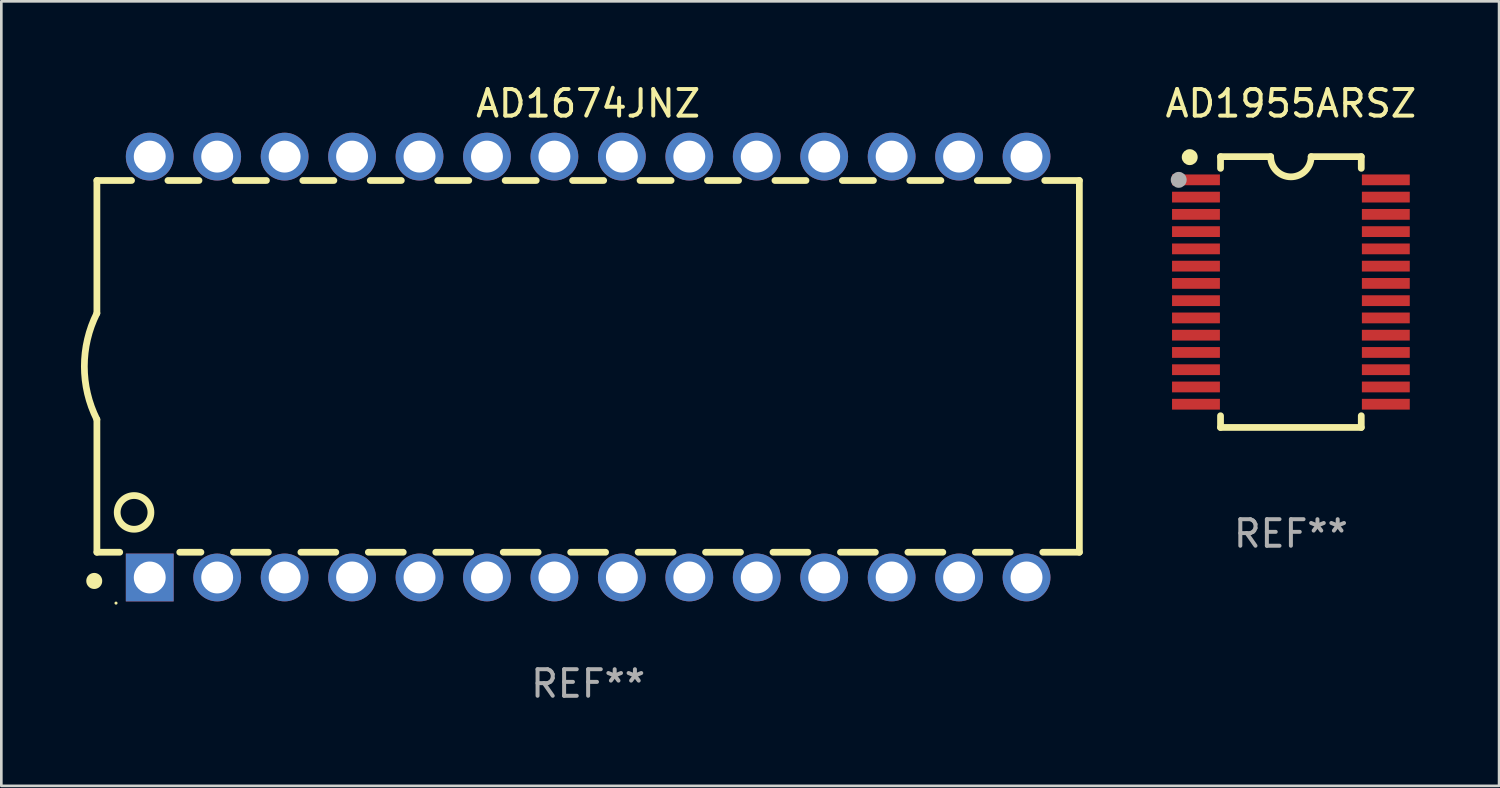
<source format=kicad_pcb>
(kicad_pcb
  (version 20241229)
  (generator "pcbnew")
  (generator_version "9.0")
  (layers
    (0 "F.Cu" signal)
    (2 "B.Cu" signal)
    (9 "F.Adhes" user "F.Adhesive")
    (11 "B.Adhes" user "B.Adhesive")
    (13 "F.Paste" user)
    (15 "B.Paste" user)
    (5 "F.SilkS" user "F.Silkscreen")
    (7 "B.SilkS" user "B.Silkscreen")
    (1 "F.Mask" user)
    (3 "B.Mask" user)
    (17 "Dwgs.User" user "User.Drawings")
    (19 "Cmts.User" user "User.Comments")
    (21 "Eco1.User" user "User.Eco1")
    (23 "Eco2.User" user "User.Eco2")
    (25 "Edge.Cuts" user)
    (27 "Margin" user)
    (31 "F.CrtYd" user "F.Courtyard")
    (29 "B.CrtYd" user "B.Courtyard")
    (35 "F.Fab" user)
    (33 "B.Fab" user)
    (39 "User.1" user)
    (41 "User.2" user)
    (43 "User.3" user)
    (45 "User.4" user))
  (footprint "AD1674JNZ"
    (layer "F.Cu")
    (at 19.099 10.773)
    (property "Reference" "AD1674JNZ" (at 0 -9.925 0) (layer "F.SilkS") (effects (font (size 1 1) (thickness 0.15))))
    (attr through_hole)
    (fp_line (start -18.5 -7.026) (end -18.5 -2.026) (stroke (width 0.254) (type solid)) (layer "F.SilkS"))
    (fp_line (start -18.5 1.974) (end -18.5 6.974) (stroke (width 0.254) (type solid)) (layer "F.SilkS"))
    (fp_line (start -17.64 6.974) (end -18.5 6.974) (stroke (width 0.254) (type solid)) (layer "F.SilkS"))
    (fp_line (start -17.195 -7.026) (end -18.5 -7.026) (stroke (width 0.254) (type solid)) (layer "F.SilkS"))
    (fp_line (start -14.655 -7.026) (end -15.825 -7.026) (stroke (width 0.254) (type solid)) (layer "F.SilkS"))
    (fp_line (start -14.582 6.974) (end -15.38 6.974) (stroke (width 0.254) (type solid)) (layer "F.SilkS"))
    (fp_line (start -12.115 -7.026) (end -13.285 -7.026) (stroke (width 0.254) (type solid)) (layer "F.SilkS"))
    (fp_line (start -12.042 6.974) (end -13.358 6.974) (stroke (width 0.254) (type solid)) (layer "F.SilkS"))
    (fp_line (start -9.575 -7.026) (end -10.745 -7.026) (stroke (width 0.254) (type solid)) (layer "F.SilkS"))
    (fp_line (start -9.502 6.974) (end -10.818 6.974) (stroke (width 0.254) (type solid)) (layer "F.SilkS"))
    (fp_line (start -7.035 -7.026) (end -8.205 -7.026) (stroke (width 0.254) (type solid)) (layer "F.SilkS"))
    (fp_line (start -6.962 6.974) (end -8.278 6.974) (stroke (width 0.254) (type solid)) (layer "F.SilkS"))
    (fp_line (start -4.495 -7.026) (end -5.665 -7.026) (stroke (width 0.254) (type solid)) (layer "F.SilkS"))
    (fp_line (start -4.422 6.974) (end -5.738 6.974) (stroke (width 0.254) (type solid)) (layer "F.SilkS"))
    (fp_line (start -1.955 -7.026) (end -3.125 -7.026) (stroke (width 0.254) (type solid)) (layer "F.SilkS"))
    (fp_line (start -1.882 6.974) (end -3.198 6.974) (stroke (width 0.254) (type solid)) (layer "F.SilkS"))
    (fp_line (start 0.585 -7.026) (end -0.585 -7.026) (stroke (width 0.254) (type solid)) (layer "F.SilkS"))
    (fp_line (start 0.658 6.974) (end -0.658 6.974) (stroke (width 0.254) (type solid)) (layer "F.SilkS"))
    (fp_line (start 3.125 -7.026) (end 1.955 -7.026) (stroke (width 0.254) (type solid)) (layer "F.SilkS"))
    (fp_line (start 3.198 6.974) (end 1.882 6.974) (stroke (width 0.254) (type solid)) (layer "F.SilkS"))
    (fp_line (start 5.665 -7.026) (end 4.495 -7.026) (stroke (width 0.254) (type solid)) (layer "F.SilkS"))
    (fp_line (start 5.738 6.974) (end 4.422 6.974) (stroke (width 0.254) (type solid)) (layer "F.SilkS"))
    (fp_line (start 8.205 -7.026) (end 7.035 -7.026) (stroke (width 0.254) (type solid)) (layer "F.SilkS"))
    (fp_line (start 8.278 6.974) (end 6.962 6.974) (stroke (width 0.254) (type solid)) (layer "F.SilkS"))
    (fp_line (start 10.745 -7.026) (end 9.575 -7.026) (stroke (width 0.254) (type solid)) (layer "F.SilkS"))
    (fp_line (start 10.818 6.974) (end 9.502 6.974) (stroke (width 0.254) (type solid)) (layer "F.SilkS"))
    (fp_line (start 13.285 -7.026) (end 12.115 -7.026) (stroke (width 0.254) (type solid)) (layer "F.SilkS"))
    (fp_line (start 13.358 6.974) (end 12.042 6.974) (stroke (width 0.254) (type solid)) (layer "F.SilkS"))
    (fp_line (start 15.825 -7.026) (end 14.655 -7.026) (stroke (width 0.254) (type solid)) (layer "F.SilkS"))
    (fp_line (start 15.898 6.974) (end 14.582 6.974) (stroke (width 0.254) (type solid)) (layer "F.SilkS"))
    (fp_line (start 18.5 -7.026) (end 17.195 -7.026) (stroke (width 0.254) (type solid)) (layer "F.SilkS"))
    (fp_line (start 18.5 6.974) (end 17.122 6.974) (stroke (width 0.254) (type solid)) (layer "F.SilkS"))
    (fp_line (start 18.5 6.974) (end 18.5 -7.026) (stroke (width 0.254) (type solid)) (layer "F.SilkS"))
    (fp_arc (start -18.599924 8.057734) (mid -18.599935 8.055207) (end -18.599924 8.052679) (stroke (width 0.6) (type solid)) (layer "F.SilkS"))
    (fp_arc (start -18.500051 1.974346) (mid -18.972187 -0.025654) (end -18.500051 -2.025654) (stroke (width 0.254001) (type solid)) (layer "F.SilkS"))
    (fp_circle (center -17.78 8.89) (end -17.75 8.89) (stroke (width 0.06) (type solid)) (fill no) (layer "F.SilkS"))
    (fp_circle (center -17.1 5.474) (end -16.465 5.474) (stroke (width 0.254) (type solid)) (fill no) (layer "F.SilkS"))
    (fp_text user "REF**" (at 0 11.925 0) (layer "F.Fab") (effects (font (size 1 1) (thickness 0.15))))
    (pad "1" thru_hole rect (at -16.51 7.925) (size 1.8 1.8) (drill 1.2) (layers "*.Cu" "*.Mask"))
    (pad "2" thru_hole circle (at -13.97 7.925) (size 1.8 1.8) (drill 1.2) (layers "*.Cu" "*.Mask"))
    (pad "3" thru_hole circle (at -11.43 7.924) (size 1.8 1.8) (drill 1.2) (layers "*.Cu" "*.Mask"))
    (pad "4" thru_hole circle (at -8.89 7.924) (size 1.8 1.8) (drill 1.2) (layers "*.Cu" "*.Mask"))
    (pad "5" thru_hole circle (at -6.35 7.924) (size 1.8 1.8) (drill 1.2) (layers "*.Cu" "*.Mask"))
    (pad "6" thru_hole circle (at -3.81 7.924) (size 1.8 1.8) (drill 1.2) (layers "*.Cu" "*.Mask"))
    (pad "7" thru_hole circle (at -1.27 7.924) (size 1.8 1.8) (drill 1.2) (layers "*.Cu" "*.Mask"))
    (pad "8" thru_hole circle (at 1.27 7.924) (size 1.8 1.8) (drill 1.2) (layers "*.Cu" "*.Mask"))
    (pad "9" thru_hole circle (at 3.81 7.924) (size 1.8 1.8) (drill 1.2) (layers "*.Cu" "*.Mask"))
    (pad "10" thru_hole circle (at 6.35 7.924) (size 1.8 1.8) (drill 1.2) (layers "*.Cu" "*.Mask"))
    (pad "11" thru_hole circle (at 8.89 7.924) (size 1.8 1.8) (drill 1.2) (layers "*.Cu" "*.Mask"))
    (pad "12" thru_hole circle (at 11.43 7.924) (size 1.8 1.8) (drill 1.2) (layers "*.Cu" "*.Mask"))
    (pad "13" thru_hole circle (at 13.97 7.924) (size 1.8 1.8) (drill 1.2) (layers "*.Cu" "*.Mask"))
    (pad "14" thru_hole circle (at 16.51 7.924) (size 1.8 1.8) (drill 1.2) (layers "*.Cu" "*.Mask"))
    (pad "15" thru_hole circle (at 16.51 -7.925) (size 1.8 1.8) (drill 1.2) (layers "*.Cu" "*.Mask"))
    (pad "16" thru_hole circle (at 13.97 -7.925) (size 1.8 1.8) (drill 1.2) (layers "*.Cu" "*.Mask"))
    (pad "17" thru_hole circle (at 11.43 -7.925) (size 1.8 1.8) (drill 1.2) (layers "*.Cu" "*.Mask"))
    (pad "18" thru_hole circle (at 8.89 -7.925) (size 1.8 1.8) (drill 1.2) (layers "*.Cu" "*.Mask"))
    (pad "19" thru_hole circle (at 6.35 -7.925) (size 1.8 1.8) (drill 1.2) (layers "*.Cu" "*.Mask"))
    (pad "20" thru_hole circle (at 3.81 -7.925) (size 1.8 1.8) (drill 1.2) (layers "*.Cu" "*.Mask"))
    (pad "21" thru_hole circle (at 1.27 -7.925) (size 1.8 1.8) (drill 1.2) (layers "*.Cu" "*.Mask"))
    (pad "22" thru_hole circle (at -1.27 -7.925) (size 1.8 1.8) (drill 1.2) (layers "*.Cu" "*.Mask"))
    (pad "23" thru_hole circle (at -3.81 -7.925) (size 1.8 1.8) (drill 1.2) (layers "*.Cu" "*.Mask"))
    (pad "24" thru_hole circle (at -6.35 -7.925) (size 1.8 1.8) (drill 1.2) (layers "*.Cu" "*.Mask"))
    (pad "25" thru_hole circle (at -8.89 -7.925) (size 1.8 1.8) (drill 1.2) (layers "*.Cu" "*.Mask"))
    (pad "26" thru_hole circle (at -11.43 -7.925) (size 1.8 1.8) (drill 1.2) (layers "*.Cu" "*.Mask"))
    (pad "27" thru_hole circle (at -13.97 -7.925) (size 1.8 1.8) (drill 1.2) (layers "*.Cu" "*.Mask"))
    (pad "28" thru_hole circle (at -16.51 -7.925) (size 1.8 1.8) (drill 1.2) (layers "*.Cu" "*.Mask")))
  (footprint "AD1955ARSZ"
    (layer "F.Cu")
    (at 45.565 7.948)
    (property "Reference" "AD1955ARSZ" (at 0 -7.1 0) (layer "F.SilkS") (effects (font (size 1 1) (thickness 0.15))))
    (attr through_hole)
    (fp_line (start -2.65 -5.1) (end -0.762 -5.1) (stroke (width 0.254) (type solid)) (layer "F.SilkS"))
    (fp_line (start -2.65 -4.658) (end -2.65 -5.1) (stroke (width 0.254) (type solid)) (layer "F.SilkS"))
    (fp_line (start -2.65 5.1) (end -2.65 4.658) (stroke (width 0.254) (type solid)) (layer "F.SilkS"))
    (fp_line (start -2.65 5.1) (end 2.65 5.1) (stroke (width 0.254) (type solid)) (layer "F.SilkS"))
    (fp_line (start 2.65 -5.1) (end 0.762 -5.1) (stroke (width 0.254) (type solid)) (layer "F.SilkS"))
    (fp_line (start 2.65 -5.1) (end 2.65 -4.658) (stroke (width 0.254) (type solid)) (layer "F.SilkS"))
    (fp_line (start 2.65 4.658) (end 2.65 5.1) (stroke (width 0.254) (type solid)) (layer "F.SilkS"))
    (fp_arc (start 0.761925 -5.1) (mid -0.000241 -4.338329) (end -0.762077 -5.10033) (stroke (width 0.254001) (type solid)) (layer "F.SilkS"))
    (fp_circle (center -3.858 -5.07) (end -3.828 -5.07) (stroke (width 0.06) (type solid)) (fill no) (layer "F.SilkS"))
    (fp_circle (center -3.81 -5.08) (end -3.66 -5.08) (stroke (width 0.3) (type solid)) (fill no) (layer "F.SilkS"))
    (fp_circle (center -4.225 -4.225) (end -4.075 -4.225) (stroke (width 0.3) (type solid)) (fill no) (layer "F.Fab"))
    (fp_text user "REF**" (at 0 9.1 0) (layer "F.Fab") (effects (font (size 1 1) (thickness 0.15))))
    (pad "1" smd rect (at -3.575 -4.225) (size 1.803 0.406) (layers "F.Cu" "F.Mask" "F.Paste"))
    (pad "2" smd rect (at -3.575 -3.575) (size 1.803 0.406) (layers "F.Cu" "F.Mask" "F.Paste"))
    (pad "3" smd rect (at -3.575 -2.925) (size 1.803 0.406) (layers "F.Cu" "F.Mask" "F.Paste"))
    (pad "4" smd rect (at -3.575 -2.275) (size 1.803 0.406) (layers "F.Cu" "F.Mask" "F.Paste"))
    (pad "5" smd rect (at -3.575 -1.625) (size 1.803 0.406) (layers "F.Cu" "F.Mask" "F.Paste"))
    (pad "6" smd rect (at -3.575 -0.975) (size 1.803 0.406) (layers "F.Cu" "F.Mask" "F.Paste"))
    (pad "7" smd rect (at -3.575 -0.325) (size 1.803 0.406) (layers "F.Cu" "F.Mask" "F.Paste"))
    (pad "8" smd rect (at -3.575 0.325) (size 1.803 0.406) (layers "F.Cu" "F.Mask" "F.Paste"))
    (pad "9" smd rect (at -3.575 0.975) (size 1.803 0.406) (layers "F.Cu" "F.Mask" "F.Paste"))
    (pad "10" smd rect (at -3.575 1.625) (size 1.803 0.406) (layers "F.Cu" "F.Mask" "F.Paste"))
    (pad "11" smd rect (at -3.575 2.275) (size 1.803 0.406) (layers "F.Cu" "F.Mask" "F.Paste"))
    (pad "12" smd rect (at -3.575 2.925) (size 1.803 0.406) (layers "F.Cu" "F.Mask" "F.Paste"))
    (pad "13" smd rect (at -3.575 3.575) (size 1.803 0.406) (layers "F.Cu" "F.Mask" "F.Paste"))
    (pad "14" smd rect (at -3.575 4.225) (size 1.803 0.406) (layers "F.Cu" "F.Mask" "F.Paste"))
    (pad "15" smd rect (at 3.575 4.225) (size 1.803 0.406) (layers "F.Cu" "F.Mask" "F.Paste"))
    (pad "16" smd rect (at 3.575 3.575) (size 1.803 0.406) (layers "F.Cu" "F.Mask" "F.Paste"))
    (pad "17" smd rect (at 3.575 2.925) (size 1.803 0.406) (layers "F.Cu" "F.Mask" "F.Paste"))
    (pad "18" smd rect (at 3.575 2.275) (size 1.803 0.406) (layers "F.Cu" "F.Mask" "F.Paste"))
    (pad "19" smd rect (at 3.575 1.625) (size 1.803 0.406) (layers "F.Cu" "F.Mask" "F.Paste"))
    (pad "20" smd rect (at 3.575 0.975) (size 1.803 0.406) (layers "F.Cu" "F.Mask" "F.Paste"))
    (pad "21" smd rect (at 3.575 0.325) (size 1.803 0.406) (layers "F.Cu" "F.Mask" "F.Paste"))
    (pad "22" smd rect (at 3.575 -0.325) (size 1.803 0.406) (layers "F.Cu" "F.Mask" "F.Paste"))
    (pad "23" smd rect (at 3.575 -0.975) (size 1.803 0.406) (layers "F.Cu" "F.Mask" "F.Paste"))
    (pad "24" smd rect (at 3.575 -1.625) (size 1.803 0.406) (layers "F.Cu" "F.Mask" "F.Paste"))
    (pad "25" smd rect (at 3.575 -2.275) (size 1.803 0.406) (layers "F.Cu" "F.Mask" "F.Paste"))
    (pad "26" smd rect (at 3.575 -2.925) (size 1.803 0.406) (layers "F.Cu" "F.Mask" "F.Paste"))
    (pad "27" smd rect (at 3.575 -3.575) (size 1.803 0.406) (layers "F.Cu" "F.Mask" "F.Paste"))
    (pad "28" smd rect (at 3.575 -4.225) (size 1.803 0.406) (layers "F.Cu" "F.Mask" "F.Paste")))
  (gr_rect
    (start -3 -3)
    (end 53.405 26.546)
    (stroke (width 0.1) (type default))
    (fill no)
    (layer "Edge.Cuts")))
</source>
